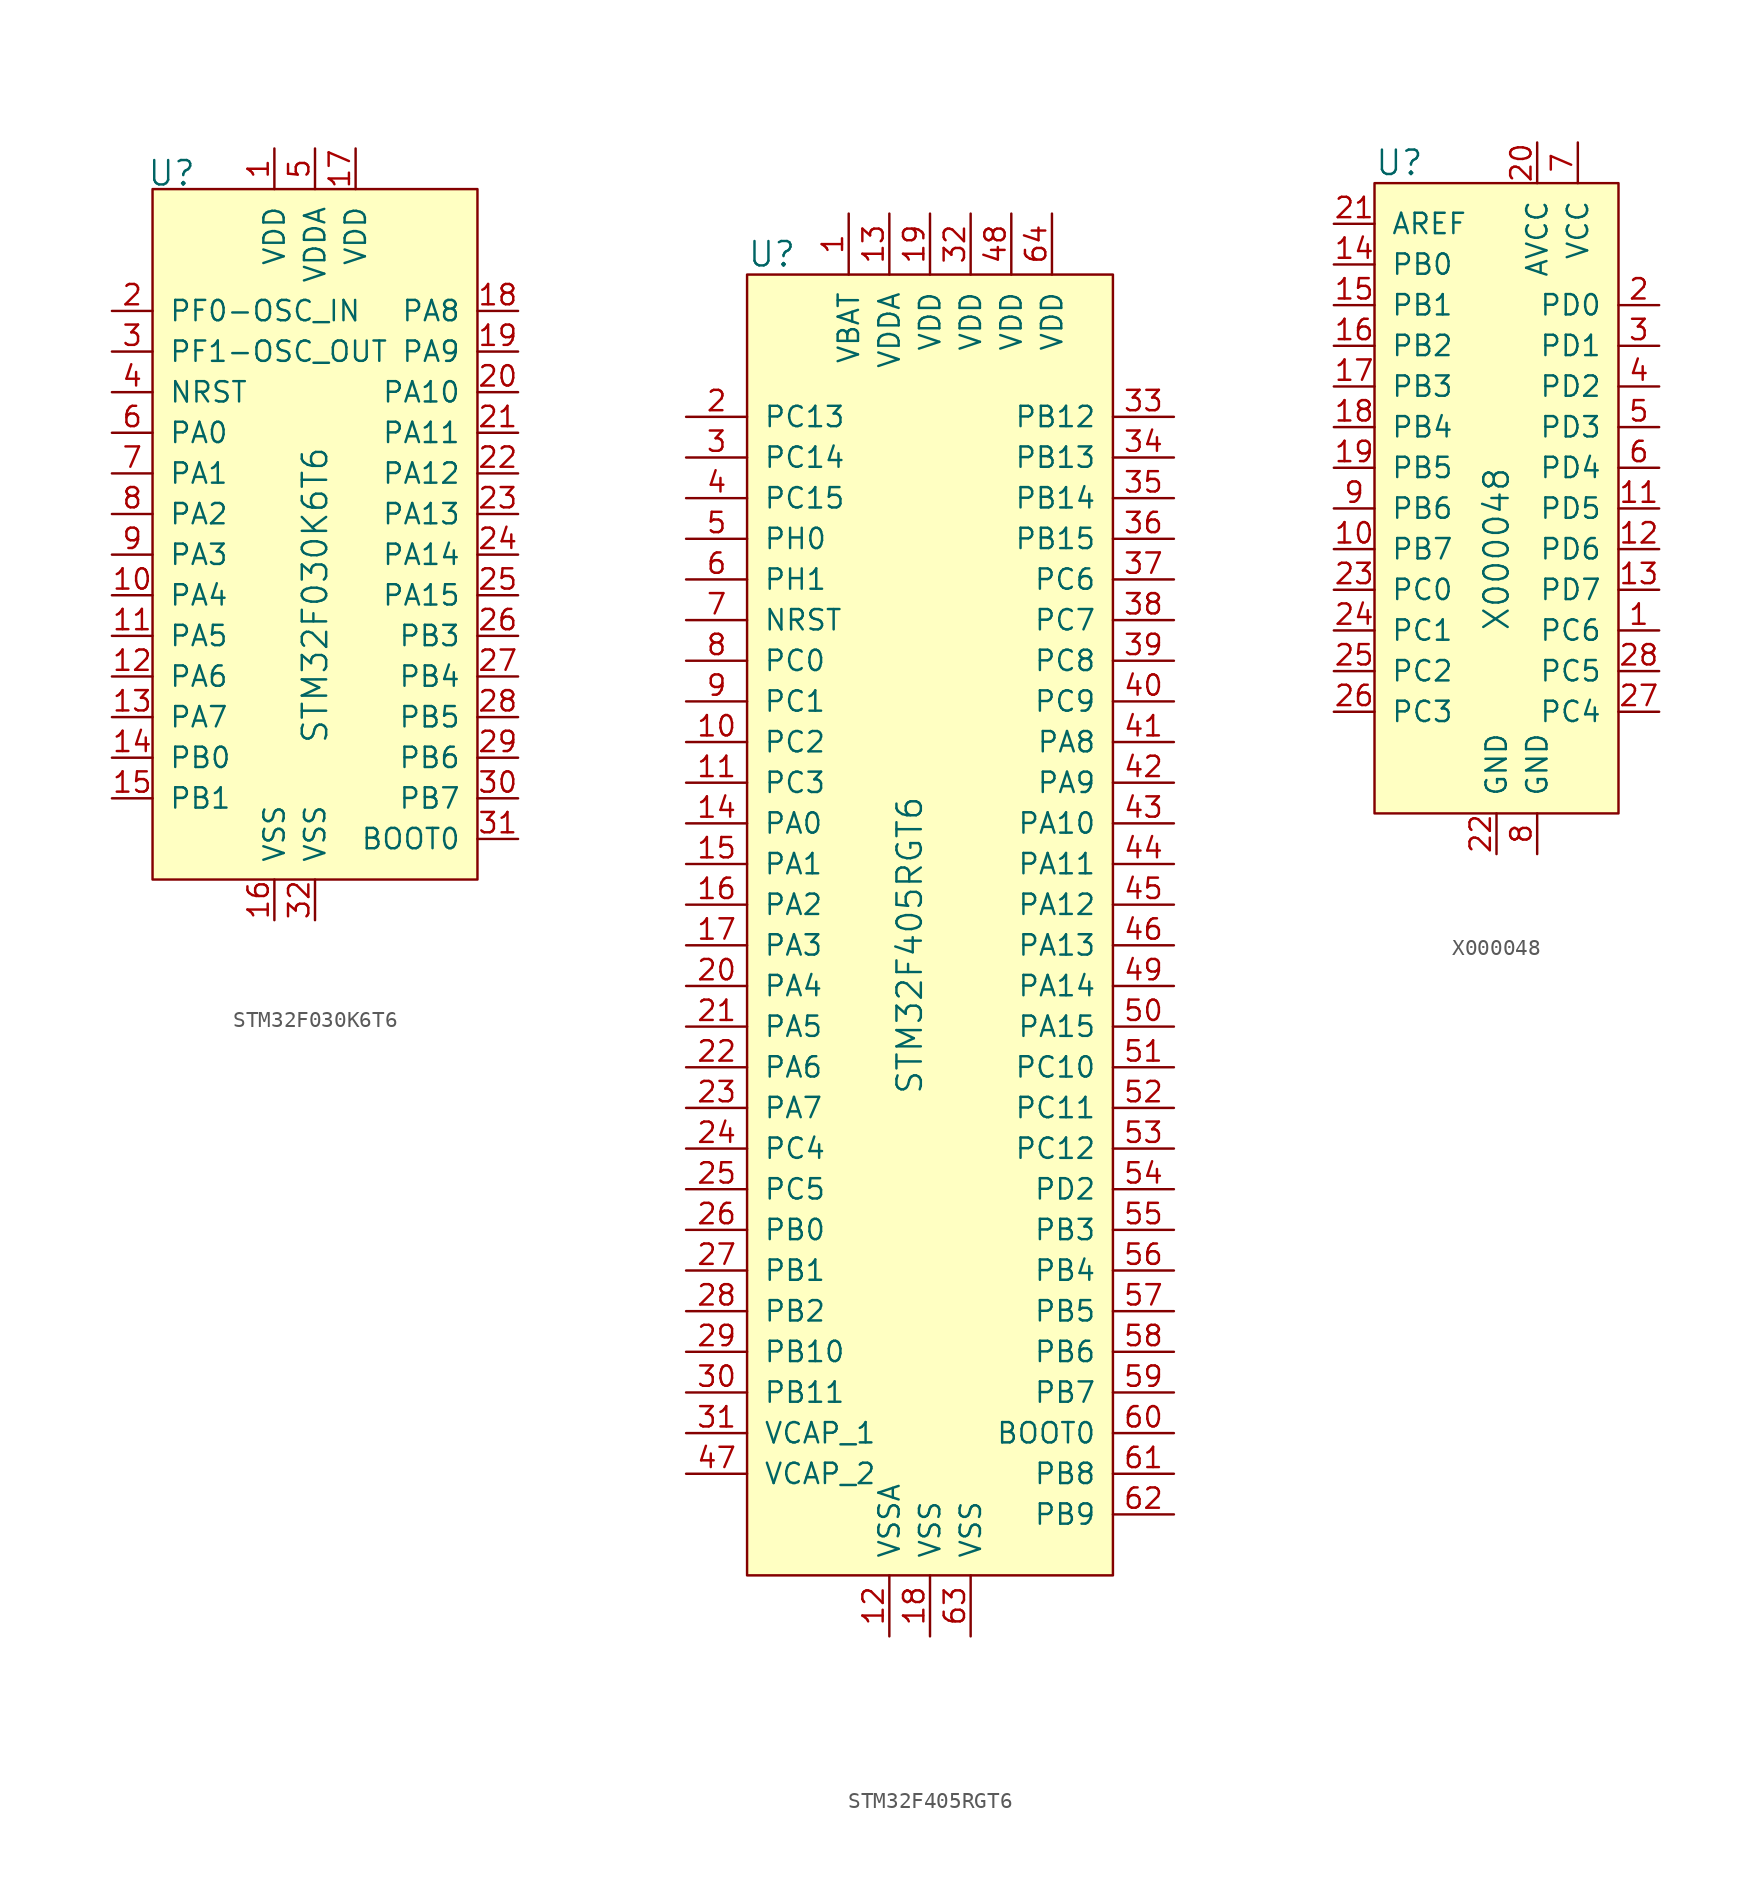
<source format=kicad_sym>
(kicad_symbol_lib
  (version 20231120)
  (generator "kicad_symbol_editor")
  (generator_version "8.0")
  (symbol "STM32F030K6T6"
    (pin_names
      (offset 1.016))
    (property "Reference" "U"
      (at -8.966 18.771 0)
      (effects (font (size 1.524 1.524))))
    (property "Value" "STM32F030K6T6"
      (at 0 -7.62 90)
      (effects (font (size 1.524 1.524))))
    (symbol "STM32F030K6T6_0_1"
      (rectangle (start -10.16 17.78) (end 10.16 -25.4) (stroke (width 0) (type default)) (fill (type background))))
    (symbol "STM32F030K6T6_1_1"
      (pin power_in line (at -2.54 20.32 270) (length 2.54) (name "VDD" (effects (font (size 1.27 1.27)))) (number "1" (effects (font (size 1.27 1.27)))))
      (pin bidirectional line (at -12.7 -7.62 0) (length 2.54) (name "PA4" (effects (font (size 1.27 1.27)))) (number "10" (effects (font (size 1.27 1.27)))))
      (pin bidirectional line (at -12.7 -10.16 0) (length 2.54) (name "PA5" (effects (font (size 1.27 1.27)))) (number "11" (effects (font (size 1.27 1.27)))))
      (pin bidirectional line (at -12.7 -12.7 0) (length 2.54) (name "PA6" (effects (font (size 1.27 1.27)))) (number "12" (effects (font (size 1.27 1.27)))))
      (pin bidirectional line (at -12.7 -15.24 0) (length 2.54) (name "PA7" (effects (font (size 1.27 1.27)))) (number "13" (effects (font (size 1.27 1.27)))))
      (pin bidirectional line (at -12.7 -17.78 0) (length 2.54) (name "PB0" (effects (font (size 1.27 1.27)))) (number "14" (effects (font (size 1.27 1.27)))))
      (pin bidirectional line (at -12.7 -20.32 0) (length 2.54) (name "PB1" (effects (font (size 1.27 1.27)))) (number "15" (effects (font (size 1.27 1.27)))))
      (pin power_in line (at -2.54 -27.94 90) (length 2.54) (name "VSS" (effects (font (size 1.27 1.27)))) (number "16" (effects (font (size 1.27 1.27)))))
      (pin power_in line (at 2.54 20.32 270) (length 2.54) (name "VDD" (effects (font (size 1.27 1.27)))) (number "17" (effects (font (size 1.27 1.27)))))
      (pin bidirectional line (at 12.7 10.16 180) (length 2.54) (name "PA8" (effects (font (size 1.27 1.27)))) (number "18" (effects (font (size 1.27 1.27)))))
      (pin bidirectional line (at 12.7 7.62 180) (length 2.54) (name "PA9" (effects (font (size 1.27 1.27)))) (number "19" (effects (font (size 1.27 1.27)))))
      (pin bidirectional line (at -12.7 10.16 0) (length 2.54) (name "PF0-OSC_IN" (effects (font (size 1.27 1.27)))) (number "2" (effects (font (size 1.27 1.27)))))
      (pin bidirectional line (at 12.7 5.08 180) (length 2.54) (name "PA10" (effects (font (size 1.27 1.27)))) (number "20" (effects (font (size 1.27 1.27)))))
      (pin bidirectional line (at 12.7 2.54 180) (length 2.54) (name "PA11" (effects (font (size 1.27 1.27)))) (number "21" (effects (font (size 1.27 1.27)))))
      (pin bidirectional line (at 12.7 0 180) (length 2.54) (name "PA12" (effects (font (size 1.27 1.27)))) (number "22" (effects (font (size 1.27 1.27)))))
      (pin bidirectional line (at 12.7 -2.54 180) (length 2.54) (name "PA13" (effects (font (size 1.27 1.27)))) (number "23" (effects (font (size 1.27 1.27)))))
      (pin bidirectional line (at 12.7 -5.08 180) (length 2.54) (name "PA14" (effects (font (size 1.27 1.27)))) (number "24" (effects (font (size 1.27 1.27)))))
      (pin bidirectional line (at 12.7 -7.62 180) (length 2.54) (name "PA15" (effects (font (size 1.27 1.27)))) (number "25" (effects (font (size 1.27 1.27)))))
      (pin bidirectional line (at 12.7 -10.16 180) (length 2.54) (name "PB3" (effects (font (size 1.27 1.27)))) (number "26" (effects (font (size 1.27 1.27)))))
      (pin bidirectional line (at 12.7 -12.7 180) (length 2.54) (name "PB4" (effects (font (size 1.27 1.27)))) (number "27" (effects (font (size 1.27 1.27)))))
      (pin bidirectional line (at 12.7 -15.24 180) (length 2.54) (name "PB5" (effects (font (size 1.27 1.27)))) (number "28" (effects (font (size 1.27 1.27)))))
      (pin bidirectional line (at 12.7 -17.78 180) (length 2.54) (name "PB6" (effects (font (size 1.27 1.27)))) (number "29" (effects (font (size 1.27 1.27)))))
      (pin bidirectional line (at -12.7 7.62 0) (length 2.54) (name "PF1-OSC_OUT" (effects (font (size 1.27 1.27)))) (number "3" (effects (font (size 1.27 1.27)))))
      (pin bidirectional line (at 12.7 -20.32 180) (length 2.54) (name "PB7" (effects (font (size 1.27 1.27)))) (number "30" (effects (font (size 1.27 1.27)))))
      (pin bidirectional line (at 12.7 -22.86 180) (length 2.54) (name "BOOT0" (effects (font (size 1.27 1.27)))) (number "31" (effects (font (size 1.27 1.27)))))
      (pin power_in line (at 0 -27.94 90) (length 2.54) (name "VSS" (effects (font (size 1.27 1.27)))) (number "32" (effects (font (size 1.27 1.27)))))
      (pin bidirectional line (at -12.7 5.08 0) (length 2.54) (name "NRST" (effects (font (size 1.27 1.27)))) (number "4" (effects (font (size 1.27 1.27)))))
      (pin power_in line (at 0 20.32 270) (length 2.54) (name "VDDA" (effects (font (size 1.27 1.27)))) (number "5" (effects (font (size 1.27 1.27)))))
      (pin bidirectional line (at -12.7 2.54 0) (length 2.54) (name "PA0" (effects (font (size 1.27 1.27)))) (number "6" (effects (font (size 1.27 1.27)))))
      (pin bidirectional line (at -12.7 0 0) (length 2.54) (name "PA1" (effects (font (size 1.27 1.27)))) (number "7" (effects (font (size 1.27 1.27)))))
      (pin bidirectional line (at -12.7 -2.54 0) (length 2.54) (name "PA2" (effects (font (size 1.27 1.27)))) (number "8" (effects (font (size 1.27 1.27)))))
      (pin bidirectional line (at -12.7 -5.08 0) (length 2.54) (name "PA3" (effects (font (size 1.27 1.27)))) (number "9" (effects (font (size 1.27 1.27)))))))
  (symbol "STM32F405RGT6"
    (pin_names
      (offset 1.016))
    (property "Reference" "U"
      (at -11.43 45.72 0)
      (effects (font (size 1.524 1.524)) (justify left)))
    (property "Value" "STM32F405RGT6"
      (at -1.27 2.54 90)
      (effects (font (size 1.524 1.524))))
    (symbol "STM32F405RGT6_0_1"
      (rectangle (start -11.43 44.45) (end 11.43 -36.83) (stroke (width 0) (type default)) (fill (type background))))
    (symbol "STM32F405RGT6_1_1"
      (pin power_in line (at -5.08 48.26 270) (length 3.81) (name "VBAT" (effects (font (size 1.27 1.27)))) (number "1" (effects (font (size 1.27 1.27)))))
      (pin bidirectional line (at -15.24 15.24 0) (length 3.81) (name "PC2" (effects (font (size 1.27 1.27)))) (number "10" (effects (font (size 1.27 1.27)))))
      (pin bidirectional line (at -15.24 12.7 0) (length 3.81) (name "PC3" (effects (font (size 1.27 1.27)))) (number "11" (effects (font (size 1.27 1.27)))))
      (pin power_in line (at -2.54 -40.64 90) (length 3.81) (name "VSSA" (effects (font (size 1.27 1.27)))) (number "12" (effects (font (size 1.27 1.27)))))
      (pin power_in line (at -2.54 48.26 270) (length 3.81) (name "VDDA" (effects (font (size 1.27 1.27)))) (number "13" (effects (font (size 1.27 1.27)))))
      (pin bidirectional line (at -15.24 10.16 0) (length 3.81) (name "PA0" (effects (font (size 1.27 1.27)))) (number "14" (effects (font (size 1.27 1.27)))))
      (pin bidirectional line (at -15.24 7.62 0) (length 3.81) (name "PA1" (effects (font (size 1.27 1.27)))) (number "15" (effects (font (size 1.27 1.27)))))
      (pin bidirectional line (at -15.24 5.08 0) (length 3.81) (name "PA2" (effects (font (size 1.27 1.27)))) (number "16" (effects (font (size 1.27 1.27)))))
      (pin bidirectional line (at -15.24 2.54 0) (length 3.81) (name "PA3" (effects (font (size 1.27 1.27)))) (number "17" (effects (font (size 1.27 1.27)))))
      (pin power_in line (at 0 -40.64 90) (length 3.81) (name "VSS" (effects (font (size 1.27 1.27)))) (number "18" (effects (font (size 1.27 1.27)))))
      (pin power_in line (at 0 48.26 270) (length 3.81) (name "VDD" (effects (font (size 1.27 1.27)))) (number "19" (effects (font (size 1.27 1.27)))))
      (pin bidirectional line (at -15.24 35.56 0) (length 3.81) (name "PC13" (effects (font (size 1.27 1.27)))) (number "2" (effects (font (size 1.27 1.27)))))
      (pin bidirectional line (at -15.24 0 0) (length 3.81) (name "PA4" (effects (font (size 1.27 1.27)))) (number "20" (effects (font (size 1.27 1.27)))))
      (pin bidirectional line (at -15.24 -2.54 0) (length 3.81) (name "PA5" (effects (font (size 1.27 1.27)))) (number "21" (effects (font (size 1.27 1.27)))))
      (pin bidirectional line (at -15.24 -5.08 0) (length 3.81) (name "PA6" (effects (font (size 1.27 1.27)))) (number "22" (effects (font (size 1.27 1.27)))))
      (pin bidirectional line (at -15.24 -7.62 0) (length 3.81) (name "PA7" (effects (font (size 1.27 1.27)))) (number "23" (effects (font (size 1.27 1.27)))))
      (pin bidirectional line (at -15.24 -10.16 0) (length 3.81) (name "PC4" (effects (font (size 1.27 1.27)))) (number "24" (effects (font (size 1.27 1.27)))))
      (pin bidirectional line (at -15.24 -12.7 0) (length 3.81) (name "PC5" (effects (font (size 1.27 1.27)))) (number "25" (effects (font (size 1.27 1.27)))))
      (pin bidirectional line (at -15.24 -15.24 0) (length 3.81) (name "PB0" (effects (font (size 1.27 1.27)))) (number "26" (effects (font (size 1.27 1.27)))))
      (pin bidirectional line (at -15.24 -17.78 0) (length 3.81) (name "PB1" (effects (font (size 1.27 1.27)))) (number "27" (effects (font (size 1.27 1.27)))))
      (pin bidirectional line (at -15.24 -20.32 0) (length 3.81) (name "PB2" (effects (font (size 1.27 1.27)))) (number "28" (effects (font (size 1.27 1.27)))))
      (pin bidirectional line (at -15.24 -22.86 0) (length 3.81) (name "PB10" (effects (font (size 1.27 1.27)))) (number "29" (effects (font (size 1.27 1.27)))))
      (pin bidirectional line (at -15.24 33.02 0) (length 3.81) (name "PC14" (effects (font (size 1.27 1.27)))) (number "3" (effects (font (size 1.27 1.27)))))
      (pin bidirectional line (at -15.24 -25.4 0) (length 3.81) (name "PB11" (effects (font (size 1.27 1.27)))) (number "30" (effects (font (size 1.27 1.27)))))
      (pin passive line (at -15.24 -27.94 0) (length 3.81) (name "VCAP_1" (effects (font (size 1.27 1.27)))) (number "31" (effects (font (size 1.27 1.27)))))
      (pin power_in line (at 2.54 48.26 270) (length 3.81) (name "VDD" (effects (font (size 1.27 1.27)))) (number "32" (effects (font (size 1.27 1.27)))))
      (pin bidirectional line (at 15.24 35.56 180) (length 3.81) (name "PB12" (effects (font (size 1.27 1.27)))) (number "33" (effects (font (size 1.27 1.27)))))
      (pin bidirectional line (at 15.24 33.02 180) (length 3.81) (name "PB13" (effects (font (size 1.27 1.27)))) (number "34" (effects (font (size 1.27 1.27)))))
      (pin bidirectional line (at 15.24 30.48 180) (length 3.81) (name "PB14" (effects (font (size 1.27 1.27)))) (number "35" (effects (font (size 1.27 1.27)))))
      (pin bidirectional line (at 15.24 27.94 180) (length 3.81) (name "PB15" (effects (font (size 1.27 1.27)))) (number "36" (effects (font (size 1.27 1.27)))))
      (pin bidirectional line (at 15.24 25.4 180) (length 3.81) (name "PC6" (effects (font (size 1.27 1.27)))) (number "37" (effects (font (size 1.27 1.27)))))
      (pin bidirectional line (at 15.24 22.86 180) (length 3.81) (name "PC7" (effects (font (size 1.27 1.27)))) (number "38" (effects (font (size 1.27 1.27)))))
      (pin bidirectional line (at 15.24 20.32 180) (length 3.81) (name "PC8" (effects (font (size 1.27 1.27)))) (number "39" (effects (font (size 1.27 1.27)))))
      (pin bidirectional line (at -15.24 30.48 0) (length 3.81) (name "PC15" (effects (font (size 1.27 1.27)))) (number "4" (effects (font (size 1.27 1.27)))))
      (pin bidirectional line (at 15.24 17.78 180) (length 3.81) (name "PC9" (effects (font (size 1.27 1.27)))) (number "40" (effects (font (size 1.27 1.27)))))
      (pin bidirectional line (at 15.24 15.24 180) (length 3.81) (name "PA8" (effects (font (size 1.27 1.27)))) (number "41" (effects (font (size 1.27 1.27)))))
      (pin bidirectional line (at 15.24 12.7 180) (length 3.81) (name "PA9" (effects (font (size 1.27 1.27)))) (number "42" (effects (font (size 1.27 1.27)))))
      (pin bidirectional line (at 15.24 10.16 180) (length 3.81) (name "PA10" (effects (font (size 1.27 1.27)))) (number "43" (effects (font (size 1.27 1.27)))))
      (pin bidirectional line (at 15.24 7.62 180) (length 3.81) (name "PA11" (effects (font (size 1.27 1.27)))) (number "44" (effects (font (size 1.27 1.27)))))
      (pin bidirectional line (at 15.24 5.08 180) (length 3.81) (name "PA12" (effects (font (size 1.27 1.27)))) (number "45" (effects (font (size 1.27 1.27)))))
      (pin bidirectional line (at 15.24 2.54 180) (length 3.81) (name "PA13" (effects (font (size 1.27 1.27)))) (number "46" (effects (font (size 1.27 1.27)))))
      (pin passive line (at -15.24 -30.48 0) (length 3.81) (name "VCAP_2" (effects (font (size 1.27 1.27)))) (number "47" (effects (font (size 1.27 1.27)))))
      (pin power_in line (at 5.08 48.26 270) (length 3.81) (name "VDD" (effects (font (size 1.27 1.27)))) (number "48" (effects (font (size 1.27 1.27)))))
      (pin bidirectional line (at 15.24 0 180) (length 3.81) (name "PA14" (effects (font (size 1.27 1.27)))) (number "49" (effects (font (size 1.27 1.27)))))
      (pin bidirectional line (at -15.24 27.94 0) (length 3.81) (name "PH0" (effects (font (size 1.27 1.27)))) (number "5" (effects (font (size 1.27 1.27)))))
      (pin bidirectional line (at 15.24 -2.54 180) (length 3.81) (name "PA15" (effects (font (size 1.27 1.27)))) (number "50" (effects (font (size 1.27 1.27)))))
      (pin bidirectional line (at 15.24 -5.08 180) (length 3.81) (name "PC10" (effects (font (size 1.27 1.27)))) (number "51" (effects (font (size 1.27 1.27)))))
      (pin bidirectional line (at 15.24 -7.62 180) (length 3.81) (name "PC11" (effects (font (size 1.27 1.27)))) (number "52" (effects (font (size 1.27 1.27)))))
      (pin bidirectional line (at 15.24 -10.16 180) (length 3.81) (name "PC12" (effects (font (size 1.27 1.27)))) (number "53" (effects (font (size 1.27 1.27)))))
      (pin bidirectional line (at 15.24 -12.7 180) (length 3.81) (name "PD2" (effects (font (size 1.27 1.27)))) (number "54" (effects (font (size 1.27 1.27)))))
      (pin bidirectional line (at 15.24 -15.24 180) (length 3.81) (name "PB3" (effects (font (size 1.27 1.27)))) (number "55" (effects (font (size 1.27 1.27)))))
      (pin bidirectional line (at 15.24 -17.78 180) (length 3.81) (name "PB4" (effects (font (size 1.27 1.27)))) (number "56" (effects (font (size 1.27 1.27)))))
      (pin bidirectional line (at 15.24 -20.32 180) (length 3.81) (name "PB5" (effects (font (size 1.27 1.27)))) (number "57" (effects (font (size 1.27 1.27)))))
      (pin bidirectional line (at 15.24 -22.86 180) (length 3.81) (name "PB6" (effects (font (size 1.27 1.27)))) (number "58" (effects (font (size 1.27 1.27)))))
      (pin bidirectional line (at 15.24 -25.4 180) (length 3.81) (name "PB7" (effects (font (size 1.27 1.27)))) (number "59" (effects (font (size 1.27 1.27)))))
      (pin bidirectional line (at -15.24 25.4 0) (length 3.81) (name "PH1" (effects (font (size 1.27 1.27)))) (number "6" (effects (font (size 1.27 1.27)))))
      (pin bidirectional line (at 15.24 -27.94 180) (length 3.81) (name "BOOT0" (effects (font (size 1.27 1.27)))) (number "60" (effects (font (size 1.27 1.27)))))
      (pin bidirectional line (at 15.24 -30.48 180) (length 3.81) (name "PB8" (effects (font (size 1.27 1.27)))) (number "61" (effects (font (size 1.27 1.27)))))
      (pin bidirectional line (at 15.24 -33.02 180) (length 3.81) (name "PB9" (effects (font (size 1.27 1.27)))) (number "62" (effects (font (size 1.27 1.27)))))
      (pin power_in line (at 2.54 -40.64 90) (length 3.81) (name "VSS" (effects (font (size 1.27 1.27)))) (number "63" (effects (font (size 1.27 1.27)))))
      (pin power_in line (at 7.62 48.26 270) (length 3.81) (name "VDD" (effects (font (size 1.27 1.27)))) (number "64" (effects (font (size 1.27 1.27)))))
      (pin bidirectional line (at -15.24 22.86 0) (length 3.81) (name "NRST" (effects (font (size 1.27 1.27)))) (number "7" (effects (font (size 1.27 1.27)))))
      (pin bidirectional line (at -15.24 20.32 0) (length 3.81) (name "PC0" (effects (font (size 1.27 1.27)))) (number "8" (effects (font (size 1.27 1.27)))))
      (pin bidirectional line (at -15.24 17.78 0) (length 3.81) (name "PC1" (effects (font (size 1.27 1.27)))) (number "9" (effects (font (size 1.27 1.27)))))))
  (symbol "X000048"
    (pin_names
      (offset 1.016))
    (property "Reference" "U"
      (at -10.16 19.05 0)
      (effects (font (size 1.524 1.524)) (justify left)))
    (property "Value" "X000048"
      (at -2.54 -5.08 90)
      (effects (font (size 1.524 1.524))))
    (symbol "X000048_0_1"
      (rectangle (start -10.16 17.78) (end 5.08 -21.59) (stroke (width 0) (type default)) (fill (type background))))
    (symbol "X000048_1_1"
      (pin bidirectional line (at 7.62 -10.16 180) (length 2.54) (name "PC6" (effects (font (size 1.27 1.27)))) (number "1" (effects (font (size 1.27 1.27)))))
      (pin bidirectional line (at -12.7 -5.08 0) (length 2.54) (name "PB7" (effects (font (size 1.27 1.27)))) (number "10" (effects (font (size 1.27 1.27)))))
      (pin bidirectional line (at 7.62 -2.54 180) (length 2.54) (name "PD5" (effects (font (size 1.27 1.27)))) (number "11" (effects (font (size 1.27 1.27)))))
      (pin bidirectional line (at 7.62 -5.08 180) (length 2.54) (name "PD6" (effects (font (size 1.27 1.27)))) (number "12" (effects (font (size 1.27 1.27)))))
      (pin bidirectional line (at 7.62 -7.62 180) (length 2.54) (name "PD7" (effects (font (size 1.27 1.27)))) (number "13" (effects (font (size 1.27 1.27)))))
      (pin bidirectional line (at -12.7 12.7 0) (length 2.54) (name "PB0" (effects (font (size 1.27 1.27)))) (number "14" (effects (font (size 1.27 1.27)))))
      (pin bidirectional line (at -12.7 10.16 0) (length 2.54) (name "PB1" (effects (font (size 1.27 1.27)))) (number "15" (effects (font (size 1.27 1.27)))))
      (pin bidirectional line (at -12.7 7.62 0) (length 2.54) (name "PB2" (effects (font (size 1.27 1.27)))) (number "16" (effects (font (size 1.27 1.27)))))
      (pin bidirectional line (at -12.7 5.08 0) (length 2.54) (name "PB3" (effects (font (size 1.27 1.27)))) (number "17" (effects (font (size 1.27 1.27)))))
      (pin bidirectional line (at -12.7 2.54 0) (length 2.54) (name "PB4" (effects (font (size 1.27 1.27)))) (number "18" (effects (font (size 1.27 1.27)))))
      (pin bidirectional line (at -12.7 0 0) (length 2.54) (name "PB5" (effects (font (size 1.27 1.27)))) (number "19" (effects (font (size 1.27 1.27)))))
      (pin bidirectional line (at 7.62 10.16 180) (length 2.54) (name "PD0" (effects (font (size 1.27 1.27)))) (number "2" (effects (font (size 1.27 1.27)))))
      (pin power_in line (at 0 20.32 270) (length 2.54) (name "AVCC" (effects (font (size 1.27 1.27)))) (number "20" (effects (font (size 1.27 1.27)))))
      (pin input line (at -12.7 15.24 0) (length 2.54) (name "AREF" (effects (font (size 1.27 1.27)))) (number "21" (effects (font (size 1.27 1.27)))))
      (pin power_in line (at -2.54 -24.13 90) (length 2.54) (name "GND" (effects (font (size 1.27 1.27)))) (number "22" (effects (font (size 1.27 1.27)))))
      (pin bidirectional line (at -12.7 -7.62 0) (length 2.54) (name "PC0" (effects (font (size 1.27 1.27)))) (number "23" (effects (font (size 1.27 1.27)))))
      (pin bidirectional line (at -12.7 -10.16 0) (length 2.54) (name "PC1" (effects (font (size 1.27 1.27)))) (number "24" (effects (font (size 1.27 1.27)))))
      (pin bidirectional line (at -12.7 -12.7 0) (length 2.54) (name "PC2" (effects (font (size 1.27 1.27)))) (number "25" (effects (font (size 1.27 1.27)))))
      (pin bidirectional line (at -12.7 -15.24 0) (length 2.54) (name "PC3" (effects (font (size 1.27 1.27)))) (number "26" (effects (font (size 1.27 1.27)))))
      (pin bidirectional line (at 7.62 -15.24 180) (length 2.54) (name "PC4" (effects (font (size 1.27 1.27)))) (number "27" (effects (font (size 1.27 1.27)))))
      (pin bidirectional line (at 7.62 -12.7 180) (length 2.54) (name "PC5" (effects (font (size 1.27 1.27)))) (number "28" (effects (font (size 1.27 1.27)))))
      (pin bidirectional line (at 7.62 7.62 180) (length 2.54) (name "PD1" (effects (font (size 1.27 1.27)))) (number "3" (effects (font (size 1.27 1.27)))))
      (pin bidirectional line (at 7.62 5.08 180) (length 2.54) (name "PD2" (effects (font (size 1.27 1.27)))) (number "4" (effects (font (size 1.27 1.27)))))
      (pin bidirectional line (at 7.62 2.54 180) (length 2.54) (name "PD3" (effects (font (size 1.27 1.27)))) (number "5" (effects (font (size 1.27 1.27)))))
      (pin bidirectional line (at 7.62 0 180) (length 2.54) (name "PD4" (effects (font (size 1.27 1.27)))) (number "6" (effects (font (size 1.27 1.27)))))
      (pin power_in line (at 2.54 20.32 270) (length 2.54) (name "VCC" (effects (font (size 1.27 1.27)))) (number "7" (effects (font (size 1.27 1.27)))))
      (pin power_in line (at 0 -24.13 90) (length 2.54) (name "GND" (effects (font (size 1.27 1.27)))) (number "8" (effects (font (size 1.27 1.27)))))
      (pin bidirectional line (at -12.7 -2.54 0) (length 2.54) (name "PB6" (effects (font (size 1.27 1.27)))) (number "9" (effects (font (size 1.27 1.27))))))))
</source>
